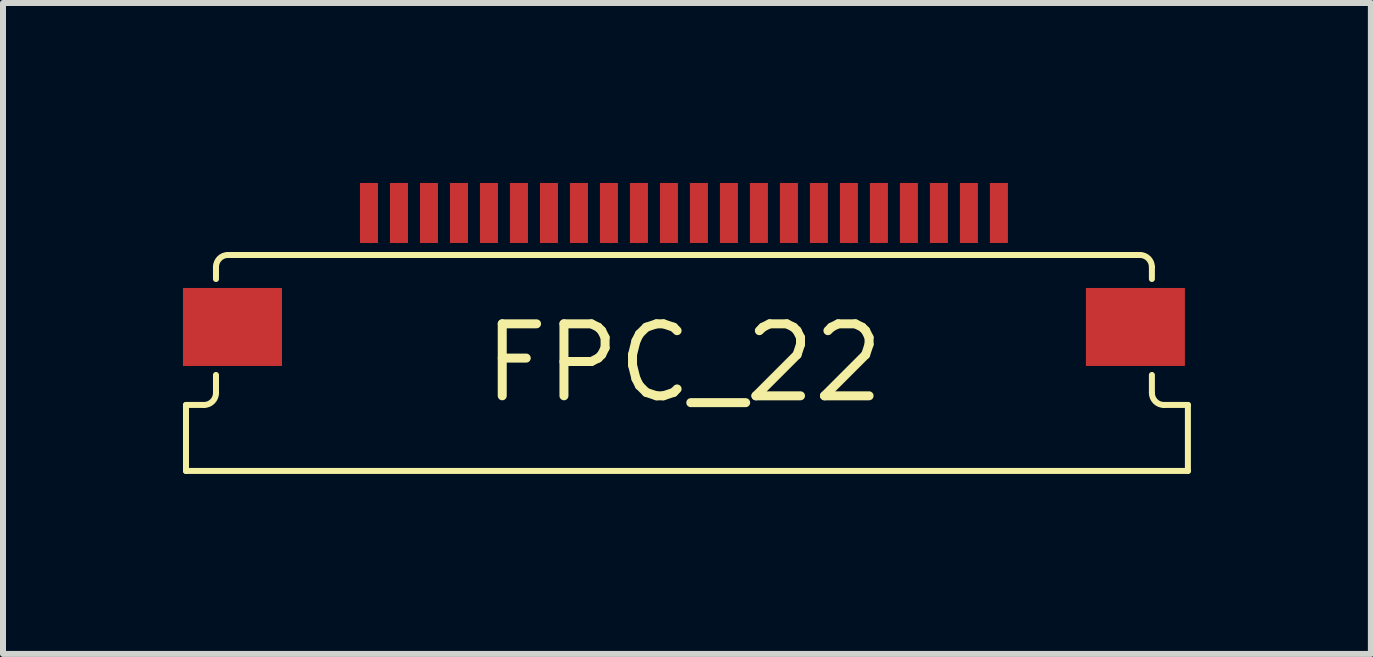
<source format=kicad_pcb>
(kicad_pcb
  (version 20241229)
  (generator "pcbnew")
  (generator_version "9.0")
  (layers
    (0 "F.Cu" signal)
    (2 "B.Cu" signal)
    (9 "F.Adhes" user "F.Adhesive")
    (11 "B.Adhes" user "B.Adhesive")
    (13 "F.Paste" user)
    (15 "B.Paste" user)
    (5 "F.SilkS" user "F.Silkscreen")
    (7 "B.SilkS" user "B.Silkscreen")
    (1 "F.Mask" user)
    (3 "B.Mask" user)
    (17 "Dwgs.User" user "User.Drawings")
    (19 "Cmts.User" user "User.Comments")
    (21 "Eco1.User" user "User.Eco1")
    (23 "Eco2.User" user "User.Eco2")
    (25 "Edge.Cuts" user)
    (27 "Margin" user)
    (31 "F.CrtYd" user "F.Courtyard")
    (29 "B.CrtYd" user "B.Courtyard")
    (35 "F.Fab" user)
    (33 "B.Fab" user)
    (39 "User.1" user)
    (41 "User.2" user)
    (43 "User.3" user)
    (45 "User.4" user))
  (footprint "FPC_22"
    (layer "F.Cu")
    (at 8.35 0.5)
    (property "Reference" "FPC_22" (at 0 2.5 0) (layer "F.SilkS") (effects (font (size 1.2 1.2) (thickness 0.15))))
    (attr through_hole)
    (fp_line (start -8.3 3.2) (end -8.3 4.3) (stroke (width 0.1) (type solid)) (layer "F.SilkS"))
    (fp_line (start -8.3 3.2) (end -8 3.2) (stroke (width 0.1) (type solid)) (layer "F.SilkS"))
    (fp_line (start -8.3 4.3) (end 8.4 4.3) (stroke (width 0.1) (type solid)) (layer "F.SilkS"))
    (fp_line (start -7.8 0.9) (end -7.8 1.1) (stroke (width 0.1) (type solid)) (layer "F.SilkS"))
    (fp_line (start -7.8 3) (end -7.8 2.7) (stroke (width 0.1) (type solid)) (layer "F.SilkS"))
    (fp_line (start -7.6 0.7) (end 7.6 0.7) (stroke (width 0.1) (type solid)) (layer "F.SilkS"))
    (fp_line (start 7.8 0.9) (end 7.8 1.1) (stroke (width 0.1) (type solid)) (layer "F.SilkS"))
    (fp_line (start 7.8 3) (end 7.8 2.7) (stroke (width 0.1) (type solid)) (layer "F.SilkS"))
    (fp_line (start 8.4 3.2) (end 8 3.2) (stroke (width 0.1) (type solid)) (layer "F.SilkS"))
    (fp_line (start 8.4 4.3) (end 8.4 3.2) (stroke (width 0.1) (type solid)) (layer "F.SilkS"))
    (fp_arc (start -7.8 0.9) (mid -7.741421 0.758579) (end -7.6 0.7) (stroke (width 0.1) (type solid)) (layer "F.SilkS"))
    (fp_arc (start -7.8 3) (mid -7.858579 3.141421) (end -8 3.2) (stroke (width 0.1) (type solid)) (layer "F.SilkS"))
    (fp_arc (start 7.6 0.7) (mid 7.741421 0.758579) (end 7.8 0.9) (stroke (width 0.1) (type solid)) (layer "F.SilkS"))
    (fp_arc (start 8 3.2) (mid 7.858579 3.141421) (end 7.8 3) (stroke (width 0.1) (type solid)) (layer "F.SilkS"))
    (pad "0" smd rect (at -7.525 1.9) (size 1.65 1.3) (layers "F.Cu" "F.Mask" "F.Paste"))
    (pad "0" smd rect (at 7.525 1.9) (size 1.65 1.3) (layers "F.Cu" "F.Mask" "F.Paste"))
    (pad "1" smd rect (at -5.25 0) (size 0.3 1) (layers "F.Cu" "F.Mask" "F.Paste"))
    (pad "2" smd rect (at -4.75 0) (size 0.3 1) (layers "F.Cu" "F.Mask" "F.Paste"))
    (pad "3" smd rect (at -4.25 0) (size 0.3 1) (layers "F.Cu" "F.Mask" "F.Paste"))
    (pad "4" smd rect (at -3.75 0) (size 0.3 1) (layers "F.Cu" "F.Mask" "F.Paste"))
    (pad "5" smd rect (at -3.25 0) (size 0.3 1) (layers "F.Cu" "F.Mask" "F.Paste"))
    (pad "6" smd rect (at -2.75 0) (size 0.3 1) (layers "F.Cu" "F.Mask" "F.Paste"))
    (pad "7" smd rect (at -2.25 0) (size 0.3 1) (layers "F.Cu" "F.Mask" "F.Paste"))
    (pad "8" smd rect (at -1.75 0) (size 0.3 1) (layers "F.Cu" "F.Mask" "F.Paste"))
    (pad "9" smd rect (at -1.25 0) (size 0.3 1) (layers "F.Cu" "F.Mask" "F.Paste"))
    (pad "10" smd rect (at -0.75 0) (size 0.3 1) (layers "F.Cu" "F.Mask" "F.Paste"))
    (pad "11" smd rect (at -0.25 0) (size 0.3 1) (layers "F.Cu" "F.Mask" "F.Paste"))
    (pad "12" smd rect (at 0.25 0) (size 0.3 1) (layers "F.Cu" "F.Mask" "F.Paste"))
    (pad "13" smd rect (at 0.75 0) (size 0.3 1) (layers "F.Cu" "F.Mask" "F.Paste"))
    (pad "14" smd rect (at 1.25 0) (size 0.3 1) (layers "F.Cu" "F.Mask" "F.Paste"))
    (pad "15" smd rect (at 1.75 0) (size 0.3 1) (layers "F.Cu" "F.Mask" "F.Paste"))
    (pad "16" smd rect (at 2.25 0) (size 0.3 1) (layers "F.Cu" "F.Mask" "F.Paste"))
    (pad "17" smd rect (at 2.75 0) (size 0.3 1) (layers "F.Cu" "F.Mask" "F.Paste"))
    (pad "18" smd rect (at 3.25 0) (size 0.3 1) (layers "F.Cu" "F.Mask" "F.Paste"))
    (pad "19" smd rect (at 3.75 0) (size 0.3 1) (layers "F.Cu" "F.Mask" "F.Paste"))
    (pad "20" smd rect (at 4.25 0) (size 0.3 1) (layers "F.Cu" "F.Mask" "F.Paste"))
    (pad "21" smd rect (at 4.75 0) (size 0.3 1) (layers "F.Cu" "F.Mask" "F.Paste"))
    (pad "22" smd rect (at 5.25 0) (size 0.3 1) (layers "F.Cu" "F.Mask" "F.Paste")))
  (gr_rect
    (start -3 -3)
    (end 19.8 7.85)
    (stroke (width 0.1) (type default))
    (fill no)
    (layer "Edge.Cuts")))
</source>
